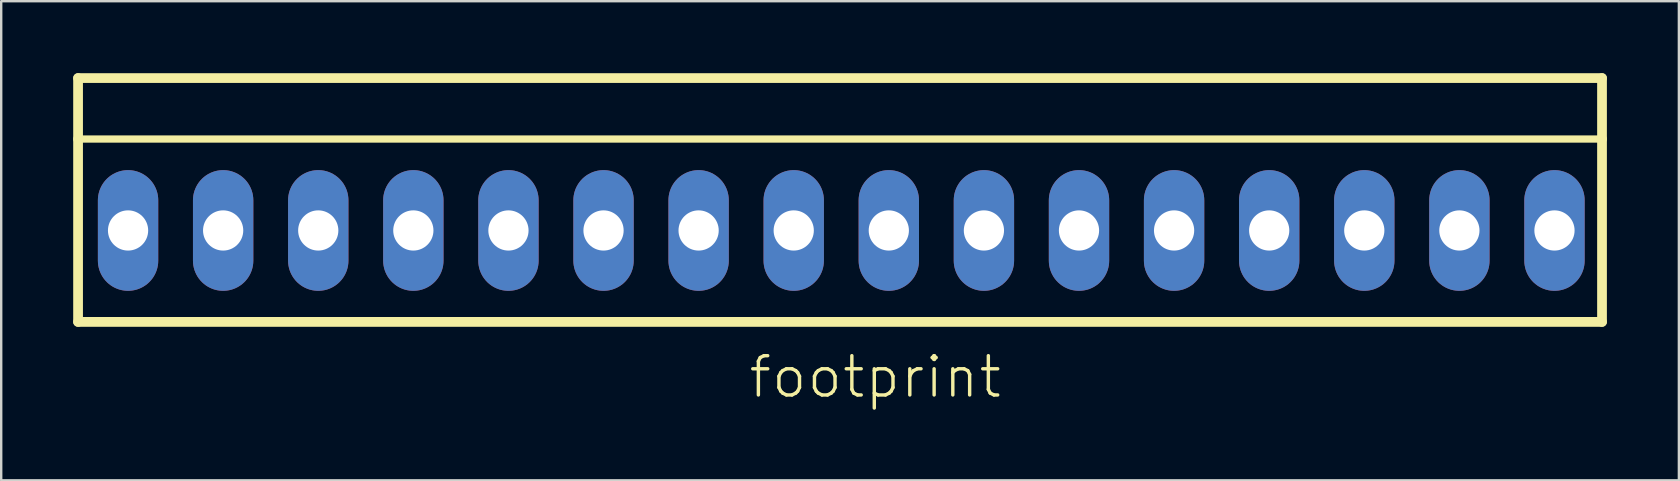
<source format=kicad_pcb>
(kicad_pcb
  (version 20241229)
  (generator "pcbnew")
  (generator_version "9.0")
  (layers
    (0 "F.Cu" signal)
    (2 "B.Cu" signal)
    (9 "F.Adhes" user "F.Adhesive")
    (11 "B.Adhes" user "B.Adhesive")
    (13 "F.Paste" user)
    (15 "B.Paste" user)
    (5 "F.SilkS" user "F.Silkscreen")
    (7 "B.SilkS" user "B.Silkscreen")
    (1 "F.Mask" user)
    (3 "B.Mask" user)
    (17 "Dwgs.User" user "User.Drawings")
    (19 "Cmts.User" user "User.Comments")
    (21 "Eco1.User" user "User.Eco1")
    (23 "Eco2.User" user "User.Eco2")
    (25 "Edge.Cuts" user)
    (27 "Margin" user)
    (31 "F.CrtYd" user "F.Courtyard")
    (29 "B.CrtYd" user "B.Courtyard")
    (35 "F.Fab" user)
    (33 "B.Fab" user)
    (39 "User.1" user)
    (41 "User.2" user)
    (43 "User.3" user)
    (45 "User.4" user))
  (footprint "footprint"
    (layer "F.Cu")
    (at 32.004 6.553)
    (property "Reference" "footprint" (at -3.937 7.061 0) (layer "F.SilkS") (effects (font (size 1.636 1.636) (thickness 0.142)) (justify left bottom)))
    (fp_line (start -31.801 -6.35) (end 31.699 -6.35) (stroke (width 0.406) (type solid)) (layer "F.SilkS"))
    (fp_line (start -31.801 -3.81) (end -31.801 -6.35) (stroke (width 0.406) (type solid)) (layer "F.SilkS"))
    (fp_line (start -31.801 -3.81) (end 31.699 -3.81) (stroke (width 0.305) (type solid)) (layer "F.SilkS"))
    (fp_line (start -31.801 3.81) (end -31.801 -3.81) (stroke (width 0.406) (type solid)) (layer "F.SilkS"))
    (fp_line (start -31.801 3.81) (end 31.699 3.81) (stroke (width 0.406) (type solid)) (layer "F.SilkS"))
    (fp_line (start 31.699 -6.35) (end 31.699 -3.81) (stroke (width 0.406) (type solid)) (layer "F.SilkS"))
    (fp_line (start 31.699 -3.81) (end 31.699 3.81) (stroke (width 0.406) (type solid)) (layer "F.SilkS"))
    (fp_poly (pts (xy -30.226 0.508) (xy -29.21 0.508) (xy -29.21 -0.508) (xy -30.226 -0.508)) (stroke (width 0) (type solid)) (fill yes) (layer "F.SilkS"))
    (fp_poly (pts (xy -26.264 0.508) (xy -25.248 0.508) (xy -25.248 -0.508) (xy -26.264 -0.508)) (stroke (width 0) (type solid)) (fill yes) (layer "F.SilkS"))
    (fp_poly (pts (xy -22.301 0.508) (xy -21.285 0.508) (xy -21.285 -0.508) (xy -22.301 -0.508)) (stroke (width 0) (type solid)) (fill yes) (layer "F.SilkS"))
    (fp_poly (pts (xy -18.339 0.508) (xy -17.323 0.508) (xy -17.323 -0.508) (xy -18.339 -0.508)) (stroke (width 0) (type solid)) (fill yes) (layer "F.SilkS"))
    (fp_poly (pts (xy -14.376 0.508) (xy -13.36 0.508) (xy -13.36 -0.508) (xy -14.376 -0.508)) (stroke (width 0) (type solid)) (fill yes) (layer "F.SilkS"))
    (fp_poly (pts (xy -10.414 0.508) (xy -9.398 0.508) (xy -9.398 -0.508) (xy -10.414 -0.508)) (stroke (width 0) (type solid)) (fill yes) (layer "F.SilkS"))
    (fp_poly (pts (xy -6.452 0.508) (xy -5.436 0.508) (xy -5.436 -0.508) (xy -6.452 -0.508)) (stroke (width 0) (type solid)) (fill yes) (layer "F.SilkS"))
    (fp_poly (pts (xy -2.489 0.508) (xy -1.473 0.508) (xy -1.473 -0.508) (xy -2.489 -0.508)) (stroke (width 0) (type solid)) (fill yes) (layer "F.SilkS"))
    (fp_poly (pts (xy 1.473 0.508) (xy 2.489 0.508) (xy 2.489 -0.508) (xy 1.473 -0.508)) (stroke (width 0) (type solid)) (fill yes) (layer "F.SilkS"))
    (fp_poly (pts (xy 5.436 0.508) (xy 6.452 0.508) (xy 6.452 -0.508) (xy 5.436 -0.508)) (stroke (width 0) (type solid)) (fill yes) (layer "F.SilkS"))
    (fp_poly (pts (xy 9.398 0.508) (xy 10.414 0.508) (xy 10.414 -0.508) (xy 9.398 -0.508)) (stroke (width 0) (type solid)) (fill yes) (layer "F.SilkS"))
    (fp_poly (pts (xy 13.36 0.508) (xy 14.376 0.508) (xy 14.376 -0.508) (xy 13.36 -0.508)) (stroke (width 0) (type solid)) (fill yes) (layer "F.SilkS"))
    (fp_poly (pts (xy 17.323 0.508) (xy 18.339 0.508) (xy 18.339 -0.508) (xy 17.323 -0.508)) (stroke (width 0) (type solid)) (fill yes) (layer "F.SilkS"))
    (fp_poly (pts (xy 21.285 0.508) (xy 22.301 0.508) (xy 22.301 -0.508) (xy 21.285 -0.508)) (stroke (width 0) (type solid)) (fill yes) (layer "F.SilkS"))
    (fp_poly (pts (xy 25.248 0.508) (xy 26.264 0.508) (xy 26.264 -0.508) (xy 25.248 -0.508)) (stroke (width 0) (type solid)) (fill yes) (layer "F.SilkS"))
    (fp_poly (pts (xy 29.21 0.508) (xy 30.226 0.508) (xy 30.226 -0.508) (xy 29.21 -0.508)) (stroke (width 0) (type solid)) (fill yes) (layer "F.SilkS"))
    (pad "1" thru_hole oval (at 29.718 0 90) (size 5.029 2.515) (drill 1.676) (layers "*.Cu" "*.Mask"))
    (pad "2" thru_hole oval (at 25.756 0 90) (size 5.029 2.515) (drill 1.676) (layers "*.Cu" "*.Mask"))
    (pad "3" thru_hole oval (at 21.793 0 90) (size 5.029 2.515) (drill 1.676) (layers "*.Cu" "*.Mask"))
    (pad "4" thru_hole oval (at 17.831 0 90) (size 5.029 2.515) (drill 1.676) (layers "*.Cu" "*.Mask"))
    (pad "5" thru_hole oval (at 13.868 0 90) (size 5.029 2.515) (drill 1.676) (layers "*.Cu" "*.Mask"))
    (pad "6" thru_hole oval (at 9.906 0 90) (size 5.029 2.515) (drill 1.676) (layers "*.Cu" "*.Mask"))
    (pad "7" thru_hole oval (at 5.944 0 90) (size 5.029 2.515) (drill 1.676) (layers "*.Cu" "*.Mask"))
    (pad "8" thru_hole oval (at 1.981 0 90) (size 5.029 2.515) (drill 1.676) (layers "*.Cu" "*.Mask"))
    (pad "9" thru_hole oval (at -1.981 0 90) (size 5.029 2.515) (drill 1.676) (layers "*.Cu" "*.Mask"))
    (pad "10" thru_hole oval (at -5.944 0 90) (size 5.029 2.515) (drill 1.676) (layers "*.Cu" "*.Mask"))
    (pad "11" thru_hole oval (at -9.906 0 90) (size 5.029 2.515) (drill 1.676) (layers "*.Cu" "*.Mask"))
    (pad "12" thru_hole oval (at -13.868 0 90) (size 5.029 2.515) (drill 1.676) (layers "*.Cu" "*.Mask"))
    (pad "13" thru_hole oval (at -17.831 0 90) (size 5.029 2.515) (drill 1.676) (layers "*.Cu" "*.Mask"))
    (pad "14" thru_hole oval (at -21.793 0 90) (size 5.029 2.515) (drill 1.676) (layers "*.Cu" "*.Mask"))
    (pad "15" thru_hole oval (at -25.756 0 90) (size 5.029 2.515) (drill 1.676) (layers "*.Cu" "*.Mask"))
    (pad "16" thru_hole oval (at -29.718 0 90) (size 5.029 2.515) (drill 1.676) (layers "*.Cu" "*.Mask")))
  (gr_rect
    (start -3 -3)
    (end 66.906 16.965)
    (stroke (width 0.1) (type default))
    (fill no)
    (layer "Edge.Cuts")))
</source>
